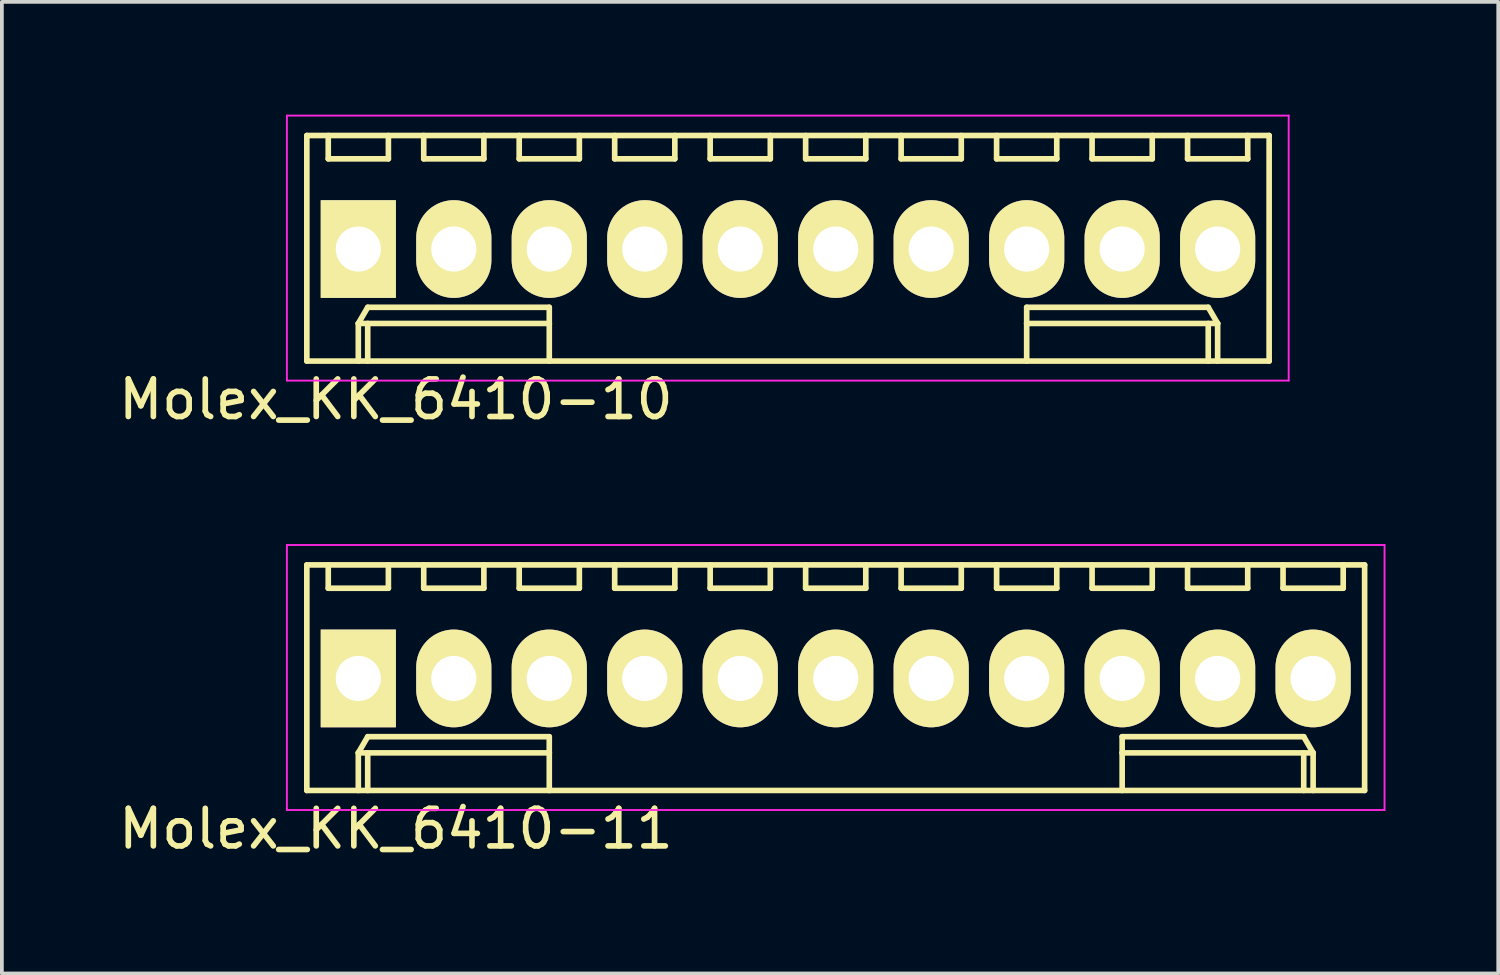
<source format=kicad_pcb>
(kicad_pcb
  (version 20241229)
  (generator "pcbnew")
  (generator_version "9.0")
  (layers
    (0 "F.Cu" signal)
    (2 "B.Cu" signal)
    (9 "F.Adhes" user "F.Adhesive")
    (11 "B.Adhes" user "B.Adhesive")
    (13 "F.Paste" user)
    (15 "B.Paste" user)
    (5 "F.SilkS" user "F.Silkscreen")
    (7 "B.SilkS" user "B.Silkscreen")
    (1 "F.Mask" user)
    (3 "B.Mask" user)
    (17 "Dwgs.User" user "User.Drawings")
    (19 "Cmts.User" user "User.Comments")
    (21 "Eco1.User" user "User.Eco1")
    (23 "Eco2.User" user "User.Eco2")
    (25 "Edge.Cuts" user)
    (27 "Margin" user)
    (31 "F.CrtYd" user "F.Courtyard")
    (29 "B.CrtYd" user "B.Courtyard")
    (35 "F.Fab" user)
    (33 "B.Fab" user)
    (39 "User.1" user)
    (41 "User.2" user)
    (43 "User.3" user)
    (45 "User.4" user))
  (footprint "Molex_KK_6410-10"
    (layer "F.Cu")
    (at 6.482 3.575)
    (property "Reference" "Molex_KK_6410-10" (at 1 4 0) (layer "F.SilkS") (effects (font (size 1 1) (thickness 0.15))))
    (attr through_hole)
    (fp_line (start -1.37 -3.02) (end -1.37 2.98) (stroke (width 0.15) (type solid)) (layer "F.SilkS"))
    (fp_line (start -1.37 2.98) (end 24.23 2.98) (stroke (width 0.15) (type solid)) (layer "F.SilkS"))
    (fp_line (start -0.8 -3.02) (end -0.8 -2.4) (stroke (width 0.15) (type solid)) (layer "F.SilkS"))
    (fp_line (start -0.8 -2.4) (end 0.8 -2.4) (stroke (width 0.15) (type solid)) (layer "F.SilkS"))
    (fp_line (start 0 1.98) (end 0.25 1.55) (stroke (width 0.15) (type solid)) (layer "F.SilkS"))
    (fp_line (start 0 1.98) (end 5.08 1.98) (stroke (width 0.15) (type solid)) (layer "F.SilkS"))
    (fp_line (start 0 2.98) (end 0 1.98) (stroke (width 0.15) (type solid)) (layer "F.SilkS"))
    (fp_line (start 0.25 1.55) (end 5.08 1.55) (stroke (width 0.15) (type solid)) (layer "F.SilkS"))
    (fp_line (start 0.25 2.98) (end 0.25 1.98) (stroke (width 0.15) (type solid)) (layer "F.SilkS"))
    (fp_line (start 0.8 -2.4) (end 0.8 -3.02) (stroke (width 0.15) (type solid)) (layer "F.SilkS"))
    (fp_line (start 1.74 -3.02) (end 1.74 -2.4) (stroke (width 0.15) (type solid)) (layer "F.SilkS"))
    (fp_line (start 1.74 -2.4) (end 3.34 -2.4) (stroke (width 0.15) (type solid)) (layer "F.SilkS"))
    (fp_line (start 3.34 -2.4) (end 3.34 -3.02) (stroke (width 0.15) (type solid)) (layer "F.SilkS"))
    (fp_line (start 4.28 -3.02) (end 4.28 -2.4) (stroke (width 0.15) (type solid)) (layer "F.SilkS"))
    (fp_line (start 4.28 -2.4) (end 5.88 -2.4) (stroke (width 0.15) (type solid)) (layer "F.SilkS"))
    (fp_line (start 5.08 1.55) (end 5.08 1.98) (stroke (width 0.15) (type solid)) (layer "F.SilkS"))
    (fp_line (start 5.08 1.98) (end 5.08 2.98) (stroke (width 0.15) (type solid)) (layer "F.SilkS"))
    (fp_line (start 5.88 -2.4) (end 5.88 -3.02) (stroke (width 0.15) (type solid)) (layer "F.SilkS"))
    (fp_line (start 6.82 -3.02) (end 6.82 -2.4) (stroke (width 0.15) (type solid)) (layer "F.SilkS"))
    (fp_line (start 6.82 -2.4) (end 8.42 -2.4) (stroke (width 0.15) (type solid)) (layer "F.SilkS"))
    (fp_line (start 8.42 -2.4) (end 8.42 -3.02) (stroke (width 0.15) (type solid)) (layer "F.SilkS"))
    (fp_line (start 9.36 -3.02) (end 9.36 -2.4) (stroke (width 0.15) (type solid)) (layer "F.SilkS"))
    (fp_line (start 9.36 -2.4) (end 10.96 -2.4) (stroke (width 0.15) (type solid)) (layer "F.SilkS"))
    (fp_line (start 10.96 -2.4) (end 10.96 -3.02) (stroke (width 0.15) (type solid)) (layer "F.SilkS"))
    (fp_line (start 11.9 -3.02) (end 11.9 -2.4) (stroke (width 0.15) (type solid)) (layer "F.SilkS"))
    (fp_line (start 11.9 -2.4) (end 13.5 -2.4) (stroke (width 0.15) (type solid)) (layer "F.SilkS"))
    (fp_line (start 13.5 -2.4) (end 13.5 -3.02) (stroke (width 0.15) (type solid)) (layer "F.SilkS"))
    (fp_line (start 14.44 -3.02) (end 14.44 -2.4) (stroke (width 0.15) (type solid)) (layer "F.SilkS"))
    (fp_line (start 14.44 -2.4) (end 16.04 -2.4) (stroke (width 0.15) (type solid)) (layer "F.SilkS"))
    (fp_line (start 16.04 -2.4) (end 16.04 -3.02) (stroke (width 0.15) (type solid)) (layer "F.SilkS"))
    (fp_line (start 16.98 -3.02) (end 16.98 -2.4) (stroke (width 0.15) (type solid)) (layer "F.SilkS"))
    (fp_line (start 16.98 -2.4) (end 18.58 -2.4) (stroke (width 0.15) (type solid)) (layer "F.SilkS"))
    (fp_line (start 17.78 1.55) (end 17.78 1.98) (stroke (width 0.15) (type solid)) (layer "F.SilkS"))
    (fp_line (start 17.78 1.98) (end 17.78 2.98) (stroke (width 0.15) (type solid)) (layer "F.SilkS"))
    (fp_line (start 18.58 -2.4) (end 18.58 -3.02) (stroke (width 0.15) (type solid)) (layer "F.SilkS"))
    (fp_line (start 19.52 -3.02) (end 19.52 -2.4) (stroke (width 0.15) (type solid)) (layer "F.SilkS"))
    (fp_line (start 19.52 -2.4) (end 21.12 -2.4) (stroke (width 0.15) (type solid)) (layer "F.SilkS"))
    (fp_line (start 21.12 -2.4) (end 21.12 -3.02) (stroke (width 0.15) (type solid)) (layer "F.SilkS"))
    (fp_line (start 22.06 -3.02) (end 22.06 -2.4) (stroke (width 0.15) (type solid)) (layer "F.SilkS"))
    (fp_line (start 22.06 -2.4) (end 23.66 -2.4) (stroke (width 0.15) (type solid)) (layer "F.SilkS"))
    (fp_line (start 22.61 1.55) (end 17.78 1.55) (stroke (width 0.15) (type solid)) (layer "F.SilkS"))
    (fp_line (start 22.61 2.98) (end 22.61 1.98) (stroke (width 0.15) (type solid)) (layer "F.SilkS"))
    (fp_line (start 22.86 1.98) (end 17.78 1.98) (stroke (width 0.15) (type solid)) (layer "F.SilkS"))
    (fp_line (start 22.86 1.98) (end 22.61 1.55) (stroke (width 0.15) (type solid)) (layer "F.SilkS"))
    (fp_line (start 22.86 2.98) (end 22.86 1.98) (stroke (width 0.15) (type solid)) (layer "F.SilkS"))
    (fp_line (start 23.66 -2.4) (end 23.66 -3.02) (stroke (width 0.15) (type solid)) (layer "F.SilkS"))
    (fp_line (start 24.23 -3.02) (end -1.37 -3.02) (stroke (width 0.15) (type solid)) (layer "F.SilkS"))
    (fp_line (start 24.23 2.98) (end 24.23 -3.02) (stroke (width 0.15) (type solid)) (layer "F.SilkS"))
    (fp_line (start -1.9 -3.55) (end 24.75 -3.55) (stroke (width 0.05) (type solid)) (layer "F.CrtYd"))
    (fp_line (start -1.9 3.5) (end -1.9 -3.55) (stroke (width 0.05) (type solid)) (layer "F.CrtYd"))
    (fp_line (start 24.75 -3.55) (end 24.75 3.5) (stroke (width 0.05) (type solid)) (layer "F.CrtYd"))
    (fp_line (start 24.75 3.5) (end -1.9 3.5) (stroke (width 0.05) (type solid)) (layer "F.CrtYd"))
    (pad "1" thru_hole rect (at 0 0) (size 2 2.6) (drill 1.2) (layers "*.Cu" "*.Mask" "F.SilkS"))
    (pad "2" thru_hole oval (at 2.54 0) (size 2 2.6) (drill 1.2) (layers "*.Cu" "*.Mask" "F.SilkS"))
    (pad "3" thru_hole oval (at 5.08 0) (size 2 2.6) (drill 1.2) (layers "*.Cu" "*.Mask" "F.SilkS"))
    (pad "4" thru_hole oval (at 7.62 0) (size 2 2.6) (drill 1.2) (layers "*.Cu" "*.Mask" "F.SilkS"))
    (pad "5" thru_hole oval (at 10.16 0) (size 2 2.6) (drill 1.2) (layers "*.Cu" "*.Mask" "F.SilkS"))
    (pad "6" thru_hole oval (at 12.7 0) (size 2 2.6) (drill 1.2) (layers "*.Cu" "*.Mask" "F.SilkS"))
    (pad "7" thru_hole oval (at 15.24 0) (size 2 2.6) (drill 1.2) (layers "*.Cu" "*.Mask" "F.SilkS"))
    (pad "8" thru_hole oval (at 17.78 0) (size 2 2.6) (drill 1.2) (layers "*.Cu" "*.Mask" "F.SilkS"))
    (pad "9" thru_hole oval (at 20.32 0) (size 2 2.6) (drill 1.2) (layers "*.Cu" "*.Mask" "F.SilkS"))
    (pad "10" thru_hole oval (at 22.86 0) (size 2 2.6) (drill 1.2) (layers "*.Cu" "*.Mask" "F.SilkS")))
  (footprint "Molex_KK_6410-11"
    (layer "F.Cu")
    (at 6.482 14.998)
    (property "Reference" "Molex_KK_6410-11" (at 1 4 0) (layer "F.SilkS") (effects (font (size 1 1) (thickness 0.15))))
    (attr through_hole)
    (fp_line (start -1.37 -3.02) (end -1.37 2.98) (stroke (width 0.15) (type solid)) (layer "F.SilkS"))
    (fp_line (start -1.37 2.98) (end 26.77 2.98) (stroke (width 0.15) (type solid)) (layer "F.SilkS"))
    (fp_line (start -0.8 -3.02) (end -0.8 -2.4) (stroke (width 0.15) (type solid)) (layer "F.SilkS"))
    (fp_line (start -0.8 -2.4) (end 0.8 -2.4) (stroke (width 0.15) (type solid)) (layer "F.SilkS"))
    (fp_line (start 0 1.98) (end 0.25 1.55) (stroke (width 0.15) (type solid)) (layer "F.SilkS"))
    (fp_line (start 0 1.98) (end 5.08 1.98) (stroke (width 0.15) (type solid)) (layer "F.SilkS"))
    (fp_line (start 0 2.98) (end 0 1.98) (stroke (width 0.15) (type solid)) (layer "F.SilkS"))
    (fp_line (start 0.25 1.55) (end 5.08 1.55) (stroke (width 0.15) (type solid)) (layer "F.SilkS"))
    (fp_line (start 0.25 2.98) (end 0.25 1.98) (stroke (width 0.15) (type solid)) (layer "F.SilkS"))
    (fp_line (start 0.8 -2.4) (end 0.8 -3.02) (stroke (width 0.15) (type solid)) (layer "F.SilkS"))
    (fp_line (start 1.74 -3.02) (end 1.74 -2.4) (stroke (width 0.15) (type solid)) (layer "F.SilkS"))
    (fp_line (start 1.74 -2.4) (end 3.34 -2.4) (stroke (width 0.15) (type solid)) (layer "F.SilkS"))
    (fp_line (start 3.34 -2.4) (end 3.34 -3.02) (stroke (width 0.15) (type solid)) (layer "F.SilkS"))
    (fp_line (start 4.28 -3.02) (end 4.28 -2.4) (stroke (width 0.15) (type solid)) (layer "F.SilkS"))
    (fp_line (start 4.28 -2.4) (end 5.88 -2.4) (stroke (width 0.15) (type solid)) (layer "F.SilkS"))
    (fp_line (start 5.08 1.55) (end 5.08 1.98) (stroke (width 0.15) (type solid)) (layer "F.SilkS"))
    (fp_line (start 5.08 1.98) (end 5.08 2.98) (stroke (width 0.15) (type solid)) (layer "F.SilkS"))
    (fp_line (start 5.88 -2.4) (end 5.88 -3.02) (stroke (width 0.15) (type solid)) (layer "F.SilkS"))
    (fp_line (start 6.82 -3.02) (end 6.82 -2.4) (stroke (width 0.15) (type solid)) (layer "F.SilkS"))
    (fp_line (start 6.82 -2.4) (end 8.42 -2.4) (stroke (width 0.15) (type solid)) (layer "F.SilkS"))
    (fp_line (start 8.42 -2.4) (end 8.42 -3.02) (stroke (width 0.15) (type solid)) (layer "F.SilkS"))
    (fp_line (start 9.36 -3.02) (end 9.36 -2.4) (stroke (width 0.15) (type solid)) (layer "F.SilkS"))
    (fp_line (start 9.36 -2.4) (end 10.96 -2.4) (stroke (width 0.15) (type solid)) (layer "F.SilkS"))
    (fp_line (start 10.96 -2.4) (end 10.96 -3.02) (stroke (width 0.15) (type solid)) (layer "F.SilkS"))
    (fp_line (start 11.9 -3.02) (end 11.9 -2.4) (stroke (width 0.15) (type solid)) (layer "F.SilkS"))
    (fp_line (start 11.9 -2.4) (end 13.5 -2.4) (stroke (width 0.15) (type solid)) (layer "F.SilkS"))
    (fp_line (start 13.5 -2.4) (end 13.5 -3.02) (stroke (width 0.15) (type solid)) (layer "F.SilkS"))
    (fp_line (start 14.44 -3.02) (end 14.44 -2.4) (stroke (width 0.15) (type solid)) (layer "F.SilkS"))
    (fp_line (start 14.44 -2.4) (end 16.04 -2.4) (stroke (width 0.15) (type solid)) (layer "F.SilkS"))
    (fp_line (start 16.04 -2.4) (end 16.04 -3.02) (stroke (width 0.15) (type solid)) (layer "F.SilkS"))
    (fp_line (start 16.98 -3.02) (end 16.98 -2.4) (stroke (width 0.15) (type solid)) (layer "F.SilkS"))
    (fp_line (start 16.98 -2.4) (end 18.58 -2.4) (stroke (width 0.15) (type solid)) (layer "F.SilkS"))
    (fp_line (start 18.58 -2.4) (end 18.58 -3.02) (stroke (width 0.15) (type solid)) (layer "F.SilkS"))
    (fp_line (start 19.52 -3.02) (end 19.52 -2.4) (stroke (width 0.15) (type solid)) (layer "F.SilkS"))
    (fp_line (start 19.52 -2.4) (end 21.12 -2.4) (stroke (width 0.15) (type solid)) (layer "F.SilkS"))
    (fp_line (start 20.32 1.55) (end 20.32 1.98) (stroke (width 0.15) (type solid)) (layer "F.SilkS"))
    (fp_line (start 20.32 1.98) (end 20.32 2.98) (stroke (width 0.15) (type solid)) (layer "F.SilkS"))
    (fp_line (start 21.12 -2.4) (end 21.12 -3.02) (stroke (width 0.15) (type solid)) (layer "F.SilkS"))
    (fp_line (start 22.06 -3.02) (end 22.06 -2.4) (stroke (width 0.15) (type solid)) (layer "F.SilkS"))
    (fp_line (start 22.06 -2.4) (end 23.66 -2.4) (stroke (width 0.15) (type solid)) (layer "F.SilkS"))
    (fp_line (start 23.66 -2.4) (end 23.66 -3.02) (stroke (width 0.15) (type solid)) (layer "F.SilkS"))
    (fp_line (start 24.6 -3.02) (end 24.6 -2.4) (stroke (width 0.15) (type solid)) (layer "F.SilkS"))
    (fp_line (start 24.6 -2.4) (end 26.2 -2.4) (stroke (width 0.15) (type solid)) (layer "F.SilkS"))
    (fp_line (start 25.15 1.55) (end 20.32 1.55) (stroke (width 0.15) (type solid)) (layer "F.SilkS"))
    (fp_line (start 25.15 2.98) (end 25.15 1.98) (stroke (width 0.15) (type solid)) (layer "F.SilkS"))
    (fp_line (start 25.4 1.98) (end 20.32 1.98) (stroke (width 0.15) (type solid)) (layer "F.SilkS"))
    (fp_line (start 25.4 1.98) (end 25.15 1.55) (stroke (width 0.15) (type solid)) (layer "F.SilkS"))
    (fp_line (start 25.4 2.98) (end 25.4 1.98) (stroke (width 0.15) (type solid)) (layer "F.SilkS"))
    (fp_line (start 26.2 -2.4) (end 26.2 -3.02) (stroke (width 0.15) (type solid)) (layer "F.SilkS"))
    (fp_line (start 26.77 -3.02) (end -1.37 -3.02) (stroke (width 0.15) (type solid)) (layer "F.SilkS"))
    (fp_line (start 26.77 2.98) (end 26.77 -3.02) (stroke (width 0.15) (type solid)) (layer "F.SilkS"))
    (fp_line (start -1.9 -3.55) (end 27.3 -3.55) (stroke (width 0.05) (type solid)) (layer "F.CrtYd"))
    (fp_line (start -1.9 3.5) (end -1.9 -3.55) (stroke (width 0.05) (type solid)) (layer "F.CrtYd"))
    (fp_line (start 27.3 -3.55) (end 27.3 3.5) (stroke (width 0.05) (type solid)) (layer "F.CrtYd"))
    (fp_line (start 27.3 3.5) (end -1.9 3.5) (stroke (width 0.05) (type solid)) (layer "F.CrtYd"))
    (pad "1" thru_hole rect (at 0 0) (size 2 2.6) (drill 1.2) (layers "*.Cu" "*.Mask" "F.SilkS"))
    (pad "2" thru_hole oval (at 2.54 0) (size 2 2.6) (drill 1.2) (layers "*.Cu" "*.Mask" "F.SilkS"))
    (pad "3" thru_hole oval (at 5.08 0) (size 2 2.6) (drill 1.2) (layers "*.Cu" "*.Mask" "F.SilkS"))
    (pad "4" thru_hole oval (at 7.62 0) (size 2 2.6) (drill 1.2) (layers "*.Cu" "*.Mask" "F.SilkS"))
    (pad "5" thru_hole oval (at 10.16 0) (size 2 2.6) (drill 1.2) (layers "*.Cu" "*.Mask" "F.SilkS"))
    (pad "6" thru_hole oval (at 12.7 0) (size 2 2.6) (drill 1.2) (layers "*.Cu" "*.Mask" "F.SilkS"))
    (pad "7" thru_hole oval (at 15.24 0) (size 2 2.6) (drill 1.2) (layers "*.Cu" "*.Mask" "F.SilkS"))
    (pad "8" thru_hole oval (at 17.78 0) (size 2 2.6) (drill 1.2) (layers "*.Cu" "*.Mask" "F.SilkS"))
    (pad "9" thru_hole oval (at 20.32 0) (size 2 2.6) (drill 1.2) (layers "*.Cu" "*.Mask" "F.SilkS"))
    (pad "10" thru_hole oval (at 22.86 0) (size 2 2.6) (drill 1.2) (layers "*.Cu" "*.Mask" "F.SilkS"))
    (pad "11" thru_hole oval (at 25.4 0) (size 2 2.6) (drill 1.2) (layers "*.Cu" "*.Mask" "F.SilkS")))
  (gr_rect
    (start -3 -3)
    (end 36.807 22.846)
    (stroke (width 0.1) (type default))
    (fill no)
    (layer "Edge.Cuts")))
</source>
